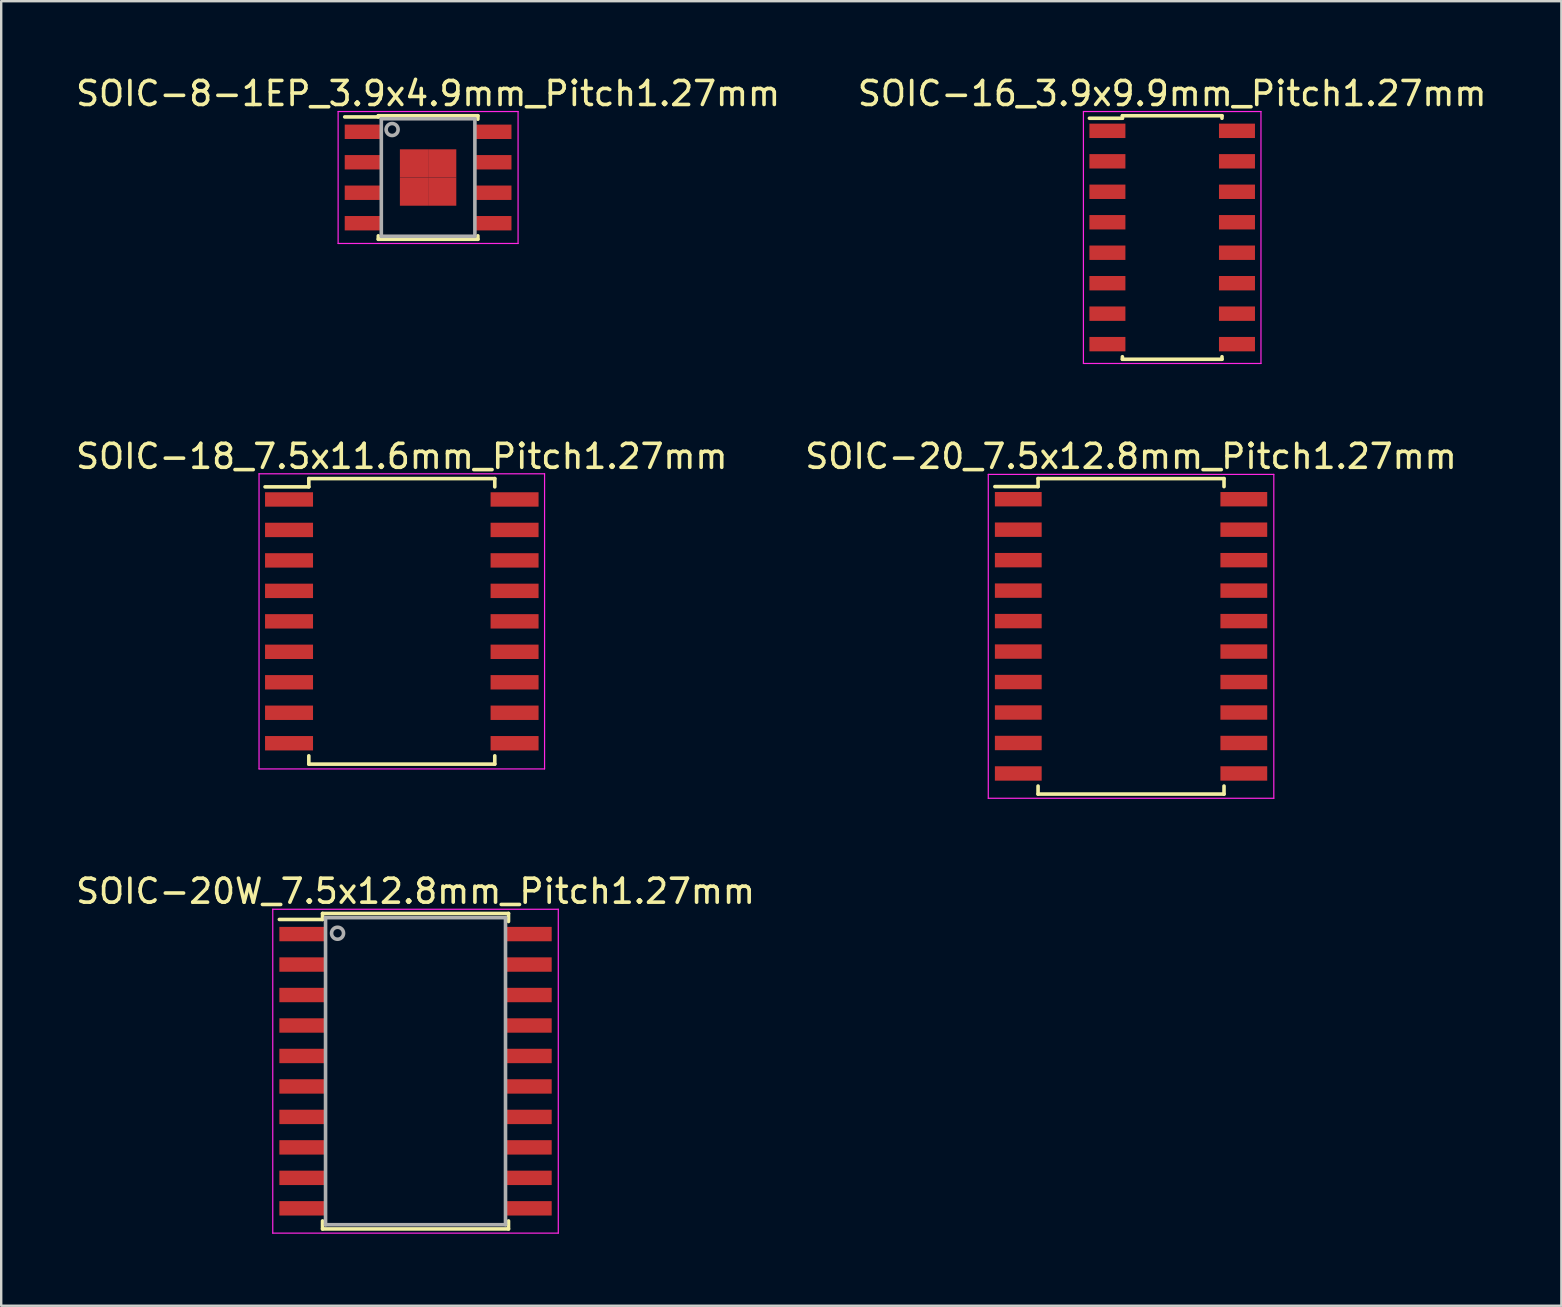
<source format=kicad_pcb>
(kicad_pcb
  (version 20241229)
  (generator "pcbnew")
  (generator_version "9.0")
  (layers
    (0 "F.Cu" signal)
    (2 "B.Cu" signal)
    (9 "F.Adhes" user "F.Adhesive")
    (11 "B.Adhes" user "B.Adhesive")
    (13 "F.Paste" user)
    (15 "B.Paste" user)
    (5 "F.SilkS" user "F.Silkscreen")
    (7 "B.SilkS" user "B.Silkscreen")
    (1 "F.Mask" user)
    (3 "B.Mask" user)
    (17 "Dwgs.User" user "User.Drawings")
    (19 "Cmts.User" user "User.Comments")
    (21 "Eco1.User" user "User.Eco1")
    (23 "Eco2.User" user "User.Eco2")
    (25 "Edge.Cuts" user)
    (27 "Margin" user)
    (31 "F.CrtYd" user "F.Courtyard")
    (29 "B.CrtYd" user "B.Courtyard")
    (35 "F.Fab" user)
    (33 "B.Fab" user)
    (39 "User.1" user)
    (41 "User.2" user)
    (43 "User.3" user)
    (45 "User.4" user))
  (footprint "SOIC-8-1EP_3.9x4.9mm_Pitch1.27mm"
    (layer "F.Cu")
    (at 14.792 4.348)
    (property "Reference" "SOIC-8-1EP_3.9x4.9mm_Pitch1.27mm" (at 0 -3.5 0) (layer "F.SilkS") (effects (font (size 1 1) (thickness 0.15))))
    (attr smd)
    (fp_line (start -2.075 -2.575) (end -2.075 -2.525) (stroke (width 0.15) (type solid)) (layer "F.SilkS"))
    (fp_line (start -2.075 -2.575) (end 2.075 -2.575) (stroke (width 0.15) (type solid)) (layer "F.SilkS"))
    (fp_line (start -2.075 -2.525) (end -3.475 -2.525) (stroke (width 0.15) (type solid)) (layer "F.SilkS"))
    (fp_line (start -2.075 2.575) (end -2.075 2.43) (stroke (width 0.15) (type solid)) (layer "F.SilkS"))
    (fp_line (start -2.075 2.575) (end 2.075 2.575) (stroke (width 0.15) (type solid)) (layer "F.SilkS"))
    (fp_line (start 2.075 -2.575) (end 2.075 -2.43) (stroke (width 0.15) (type solid)) (layer "F.SilkS"))
    (fp_line (start 2.075 2.575) (end 2.075 2.43) (stroke (width 0.15) (type solid)) (layer "F.SilkS"))
    (fp_line (start -3.75 -2.75) (end -3.75 2.75) (stroke (width 0.05) (type solid)) (layer "F.CrtYd"))
    (fp_line (start -3.75 -2.75) (end 3.75 -2.75) (stroke (width 0.05) (type solid)) (layer "F.CrtYd"))
    (fp_line (start -3.75 2.75) (end 3.75 2.75) (stroke (width 0.05) (type solid)) (layer "F.CrtYd"))
    (fp_line (start 3.75 -2.75) (end 3.75 2.75) (stroke (width 0.05) (type solid)) (layer "F.CrtYd"))
    (fp_line (start -1.95 -2.45) (end 1.95 -2.45) (stroke (width 0.15) (type solid)) (layer "F.Fab"))
    (fp_line (start -1.95 2.45) (end -1.95 -2.45) (stroke (width 0.15) (type solid)) (layer "F.Fab"))
    (fp_line (start 1.95 -2.45) (end 1.95 2.45) (stroke (width 0.15) (type solid)) (layer "F.Fab"))
    (fp_line (start 1.95 2.45) (end -1.95 2.45) (stroke (width 0.15) (type solid)) (layer "F.Fab"))
    (fp_circle (center -1.5 -2) (end -1.75 -2) (stroke (width 0.15) (type solid)) (fill no) (layer "F.Fab"))
    (pad "1" smd rect (at -2.7 -1.905) (size 1.55 0.6) (layers "F.Cu" "F.Mask" "F.Paste"))
    (pad "2" smd rect (at -2.7 -0.635) (size 1.55 0.6) (layers "F.Cu" "F.Mask" "F.Paste"))
    (pad "3" smd rect (at -2.7 0.635) (size 1.55 0.6) (layers "F.Cu" "F.Mask" "F.Paste"))
    (pad "4" smd rect (at -2.7 1.905) (size 1.55 0.6) (layers "F.Cu" "F.Mask" "F.Paste"))
    (pad "5" smd rect (at 2.7 1.905) (size 1.55 0.6) (layers "F.Cu" "F.Mask" "F.Paste"))
    (pad "6" smd rect (at 2.7 0.635) (size 1.55 0.6) (layers "F.Cu" "F.Mask" "F.Paste"))
    (pad "7" smd rect (at 2.7 -0.635) (size 1.55 0.6) (layers "F.Cu" "F.Mask" "F.Paste"))
    (pad "8" smd rect (at 2.7 -1.905) (size 1.55 0.6) (layers "F.Cu" "F.Mask" "F.Paste"))
    (pad "9" smd rect (at -0.588 -0.588) (size 1.175 1.175) (layers "F.Cu" "F.Mask" "F.Paste"))
    (pad "9" smd rect (at -0.588 0.588) (size 1.175 1.175) (layers "F.Cu" "F.Mask" "F.Paste"))
    (pad "9" smd rect (at 0.588 -0.588) (size 1.175 1.175) (layers "F.Cu" "F.Mask" "F.Paste"))
    (pad "9" smd rect (at 0.588 0.588) (size 1.175 1.175) (layers "F.Cu" "F.Mask" "F.Paste")))
  (footprint "SOIC-16_3.9x9.9mm_Pitch1.27mm"
    (layer "F.Cu")
    (at 45.804 6.848)
    (property "Reference" "SOIC-16_3.9x9.9mm_Pitch1.27mm" (at 0 -6 0) (layer "F.SilkS") (effects (font (size 1 1) (thickness 0.15))))
    (attr smd)
    (fp_line (start -2.075 -5.075) (end -2.075 -4.97) (stroke (width 0.15) (type solid)) (layer "F.SilkS"))
    (fp_line (start -2.075 -5.075) (end 2.075 -5.075) (stroke (width 0.15) (type solid)) (layer "F.SilkS"))
    (fp_line (start -2.075 -4.97) (end -3.45 -4.97) (stroke (width 0.15) (type solid)) (layer "F.SilkS"))
    (fp_line (start -2.075 5.075) (end -2.075 4.97) (stroke (width 0.15) (type solid)) (layer "F.SilkS"))
    (fp_line (start -2.075 5.075) (end 2.075 5.075) (stroke (width 0.15) (type solid)) (layer "F.SilkS"))
    (fp_line (start 2.075 -5.075) (end 2.075 -4.97) (stroke (width 0.15) (type solid)) (layer "F.SilkS"))
    (fp_line (start 2.075 5.075) (end 2.075 4.97) (stroke (width 0.15) (type solid)) (layer "F.SilkS"))
    (fp_line (start -3.7 -5.25) (end -3.7 5.25) (stroke (width 0.05) (type solid)) (layer "F.CrtYd"))
    (fp_line (start -3.7 -5.25) (end 3.7 -5.25) (stroke (width 0.05) (type solid)) (layer "F.CrtYd"))
    (fp_line (start -3.7 5.25) (end 3.7 5.25) (stroke (width 0.05) (type solid)) (layer "F.CrtYd"))
    (fp_line (start 3.7 -5.25) (end 3.7 5.25) (stroke (width 0.05) (type solid)) (layer "F.CrtYd"))
    (pad "1" smd rect (at -2.7 -4.445) (size 1.5 0.6) (layers "F.Cu" "F.Mask" "F.Paste"))
    (pad "2" smd rect (at -2.7 -3.175) (size 1.5 0.6) (layers "F.Cu" "F.Mask" "F.Paste"))
    (pad "3" smd rect (at -2.7 -1.905) (size 1.5 0.6) (layers "F.Cu" "F.Mask" "F.Paste"))
    (pad "4" smd rect (at -2.7 -0.635) (size 1.5 0.6) (layers "F.Cu" "F.Mask" "F.Paste"))
    (pad "5" smd rect (at -2.7 0.635) (size 1.5 0.6) (layers "F.Cu" "F.Mask" "F.Paste"))
    (pad "6" smd rect (at -2.7 1.905) (size 1.5 0.6) (layers "F.Cu" "F.Mask" "F.Paste"))
    (pad "7" smd rect (at -2.7 3.175) (size 1.5 0.6) (layers "F.Cu" "F.Mask" "F.Paste"))
    (pad "8" smd rect (at -2.7 4.445) (size 1.5 0.6) (layers "F.Cu" "F.Mask" "F.Paste"))
    (pad "9" smd rect (at 2.7 4.445) (size 1.5 0.6) (layers "F.Cu" "F.Mask" "F.Paste"))
    (pad "10" smd rect (at 2.7 3.175) (size 1.5 0.6) (layers "F.Cu" "F.Mask" "F.Paste"))
    (pad "11" smd rect (at 2.7 1.905) (size 1.5 0.6) (layers "F.Cu" "F.Mask" "F.Paste"))
    (pad "12" smd rect (at 2.7 0.635) (size 1.5 0.6) (layers "F.Cu" "F.Mask" "F.Paste"))
    (pad "13" smd rect (at 2.7 -0.635) (size 1.5 0.6) (layers "F.Cu" "F.Mask" "F.Paste"))
    (pad "14" smd rect (at 2.7 -1.905) (size 1.5 0.6) (layers "F.Cu" "F.Mask" "F.Paste"))
    (pad "15" smd rect (at 2.7 -3.175) (size 1.5 0.6) (layers "F.Cu" "F.Mask" "F.Paste"))
    (pad "16" smd rect (at 2.7 -4.445) (size 1.5 0.6) (layers "F.Cu" "F.Mask" "F.Paste")))
  (footprint "SOIC-20W_7.5x12.8mm_Pitch1.27mm"
    (layer "F.Cu")
    (at 14.268 41.595)
    (property "Reference" "SOIC-20W_7.5x12.8mm_Pitch1.27mm" (at 0 -7.5 0) (layer "F.SilkS") (effects (font (size 1 1) (thickness 0.15))))
    (attr smd)
    (fp_line (start -3.875 -6.575) (end -3.875 -6.325) (stroke (width 0.15) (type solid)) (layer "F.SilkS"))
    (fp_line (start -3.875 -6.575) (end 3.875 -6.575) (stroke (width 0.15) (type solid)) (layer "F.SilkS"))
    (fp_line (start -3.875 -6.325) (end -5.675 -6.325) (stroke (width 0.15) (type solid)) (layer "F.SilkS"))
    (fp_line (start -3.875 6.575) (end -3.875 6.24) (stroke (width 0.15) (type solid)) (layer "F.SilkS"))
    (fp_line (start -3.875 6.575) (end 3.875 6.575) (stroke (width 0.15) (type solid)) (layer "F.SilkS"))
    (fp_line (start 3.875 -6.575) (end 3.875 -6.24) (stroke (width 0.15) (type solid)) (layer "F.SilkS"))
    (fp_line (start 3.875 6.575) (end 3.875 6.24) (stroke (width 0.15) (type solid)) (layer "F.SilkS"))
    (fp_line (start -5.95 -6.75) (end -5.95 6.75) (stroke (width 0.05) (type solid)) (layer "F.CrtYd"))
    (fp_line (start -5.95 -6.75) (end 5.95 -6.75) (stroke (width 0.05) (type solid)) (layer "F.CrtYd"))
    (fp_line (start -5.95 6.75) (end 5.95 6.75) (stroke (width 0.05) (type solid)) (layer "F.CrtYd"))
    (fp_line (start 5.95 -6.75) (end 5.95 6.75) (stroke (width 0.05) (type solid)) (layer "F.CrtYd"))
    (fp_line (start -3.75 -6.4) (end -3.75 6.4) (stroke (width 0.15) (type solid)) (layer "F.Fab"))
    (fp_line (start -3.75 6.4) (end 3.75 6.4) (stroke (width 0.15) (type solid)) (layer "F.Fab"))
    (fp_line (start 3.75 -6.4) (end -3.75 -6.4) (stroke (width 0.15) (type solid)) (layer "F.Fab"))
    (fp_line (start 3.75 6.4) (end 3.75 -6.4) (stroke (width 0.15) (type solid)) (layer "F.Fab"))
    (fp_circle (center -3.25 -5.75) (end -3.5 -5.75) (stroke (width 0.15) (type solid)) (fill no) (layer "F.Fab"))
    (pad "1" smd rect (at -4.7 -5.715) (size 1.95 0.6) (layers "F.Cu" "F.Mask" "F.Paste"))
    (pad "2" smd rect (at -4.7 -4.445) (size 1.95 0.6) (layers "F.Cu" "F.Mask" "F.Paste"))
    (pad "3" smd rect (at -4.7 -3.175) (size 1.95 0.6) (layers "F.Cu" "F.Mask" "F.Paste"))
    (pad "4" smd rect (at -4.7 -1.905) (size 1.95 0.6) (layers "F.Cu" "F.Mask" "F.Paste"))
    (pad "5" smd rect (at -4.7 -0.635) (size 1.95 0.6) (layers "F.Cu" "F.Mask" "F.Paste"))
    (pad "6" smd rect (at -4.7 0.635) (size 1.95 0.6) (layers "F.Cu" "F.Mask" "F.Paste"))
    (pad "7" smd rect (at -4.7 1.905) (size 1.95 0.6) (layers "F.Cu" "F.Mask" "F.Paste"))
    (pad "8" smd rect (at -4.7 3.175) (size 1.95 0.6) (layers "F.Cu" "F.Mask" "F.Paste"))
    (pad "9" smd rect (at -4.7 4.445) (size 1.95 0.6) (layers "F.Cu" "F.Mask" "F.Paste"))
    (pad "10" smd rect (at -4.7 5.715) (size 1.95 0.6) (layers "F.Cu" "F.Mask" "F.Paste"))
    (pad "11" smd rect (at 4.7 5.715) (size 1.95 0.6) (layers "F.Cu" "F.Mask" "F.Paste"))
    (pad "12" smd rect (at 4.7 4.445) (size 1.95 0.6) (layers "F.Cu" "F.Mask" "F.Paste"))
    (pad "13" smd rect (at 4.7 3.175) (size 1.95 0.6) (layers "F.Cu" "F.Mask" "F.Paste"))
    (pad "14" smd rect (at 4.7 1.905) (size 1.95 0.6) (layers "F.Cu" "F.Mask" "F.Paste"))
    (pad "15" smd rect (at 4.7 0.635) (size 1.95 0.6) (layers "F.Cu" "F.Mask" "F.Paste"))
    (pad "16" smd rect (at 4.7 -0.635) (size 1.95 0.6) (layers "F.Cu" "F.Mask" "F.Paste"))
    (pad "17" smd rect (at 4.7 -1.905) (size 1.95 0.6) (layers "F.Cu" "F.Mask" "F.Paste"))
    (pad "18" smd rect (at 4.7 -3.175) (size 1.95 0.6) (layers "F.Cu" "F.Mask" "F.Paste"))
    (pad "19" smd rect (at 4.7 -4.445) (size 1.95 0.6) (layers "F.Cu" "F.Mask" "F.Paste"))
    (pad "20" smd rect (at 4.7 -5.715) (size 1.95 0.6) (layers "F.Cu" "F.Mask" "F.Paste")))
  (footprint "SOIC-18_7.5x11.6mm_Pitch1.27mm"
    (layer "F.Cu")
    (at 13.696 22.846)
    (property "Reference" "SOIC-18_7.5x11.6mm_Pitch1.27mm" (at 0 -6.875 0) (layer "F.SilkS") (effects (font (size 1 1) (thickness 0.15))))
    (attr smd)
    (fp_line (start -3.875 -5.95) (end -3.875 -5.605) (stroke (width 0.15) (type solid)) (layer "F.SilkS"))
    (fp_line (start -3.875 -5.95) (end 3.875 -5.95) (stroke (width 0.15) (type solid)) (layer "F.SilkS"))
    (fp_line (start -3.875 -5.605) (end -5.7 -5.605) (stroke (width 0.15) (type solid)) (layer "F.SilkS"))
    (fp_line (start -3.875 5.95) (end -3.875 5.605) (stroke (width 0.15) (type solid)) (layer "F.SilkS"))
    (fp_line (start -3.875 5.95) (end 3.875 5.95) (stroke (width 0.15) (type solid)) (layer "F.SilkS"))
    (fp_line (start 3.875 -5.95) (end 3.875 -5.605) (stroke (width 0.15) (type solid)) (layer "F.SilkS"))
    (fp_line (start 3.875 5.95) (end 3.875 5.605) (stroke (width 0.15) (type solid)) (layer "F.SilkS"))
    (fp_line (start -5.95 -6.15) (end -5.95 6.15) (stroke (width 0.05) (type solid)) (layer "F.CrtYd"))
    (fp_line (start -5.95 -6.15) (end 5.95 -6.15) (stroke (width 0.05) (type solid)) (layer "F.CrtYd"))
    (fp_line (start -5.95 6.15) (end 5.95 6.15) (stroke (width 0.05) (type solid)) (layer "F.CrtYd"))
    (fp_line (start 5.95 -6.15) (end 5.95 6.15) (stroke (width 0.05) (type solid)) (layer "F.CrtYd"))
    (pad "1" smd rect (at -4.7 -5.08) (size 2 0.6) (layers "F.Cu" "F.Mask" "F.Paste"))
    (pad "2" smd rect (at -4.7 -3.81) (size 2 0.6) (layers "F.Cu" "F.Mask" "F.Paste"))
    (pad "3" smd rect (at -4.7 -2.54) (size 2 0.6) (layers "F.Cu" "F.Mask" "F.Paste"))
    (pad "4" smd rect (at -4.7 -1.27) (size 2 0.6) (layers "F.Cu" "F.Mask" "F.Paste"))
    (pad "5" smd rect (at -4.7 0) (size 2 0.6) (layers "F.Cu" "F.Mask" "F.Paste"))
    (pad "6" smd rect (at -4.7 1.27) (size 2 0.6) (layers "F.Cu" "F.Mask" "F.Paste"))
    (pad "7" smd rect (at -4.7 2.54) (size 2 0.6) (layers "F.Cu" "F.Mask" "F.Paste"))
    (pad "8" smd rect (at -4.7 3.81) (size 2 0.6) (layers "F.Cu" "F.Mask" "F.Paste"))
    (pad "9" smd rect (at -4.7 5.08) (size 2 0.6) (layers "F.Cu" "F.Mask" "F.Paste"))
    (pad "10" smd rect (at 4.7 5.08) (size 2 0.6) (layers "F.Cu" "F.Mask" "F.Paste"))
    (pad "11" smd rect (at 4.7 3.81) (size 2 0.6) (layers "F.Cu" "F.Mask" "F.Paste"))
    (pad "12" smd rect (at 4.7 2.54) (size 2 0.6) (layers "F.Cu" "F.Mask" "F.Paste"))
    (pad "13" smd rect (at 4.7 1.27) (size 2 0.6) (layers "F.Cu" "F.Mask" "F.Paste"))
    (pad "14" smd rect (at 4.7 0) (size 2 0.6) (layers "F.Cu" "F.Mask" "F.Paste"))
    (pad "15" smd rect (at 4.7 -1.27) (size 2 0.6) (layers "F.Cu" "F.Mask" "F.Paste"))
    (pad "16" smd rect (at 4.7 -2.54) (size 2 0.6) (layers "F.Cu" "F.Mask" "F.Paste"))
    (pad "17" smd rect (at 4.7 -3.81) (size 2 0.6) (layers "F.Cu" "F.Mask" "F.Paste"))
    (pad "18" smd rect (at 4.7 -5.08) (size 2 0.6) (layers "F.Cu" "F.Mask" "F.Paste")))
  (footprint "SOIC-20_7.5x12.8mm_Pitch1.27mm"
    (layer "F.Cu")
    (at 44.089 23.471)
    (property "Reference" "SOIC-20_7.5x12.8mm_Pitch1.27mm" (at 0 -7.5 0) (layer "F.SilkS") (effects (font (size 1 1) (thickness 0.15))))
    (attr smd)
    (fp_line (start -3.875 -6.575) (end -3.875 -6.24) (stroke (width 0.15) (type solid)) (layer "F.SilkS"))
    (fp_line (start -3.875 -6.575) (end 3.875 -6.575) (stroke (width 0.15) (type solid)) (layer "F.SilkS"))
    (fp_line (start -3.875 -6.24) (end -5.675 -6.24) (stroke (width 0.15) (type solid)) (layer "F.SilkS"))
    (fp_line (start -3.875 6.575) (end -3.875 6.24) (stroke (width 0.15) (type solid)) (layer "F.SilkS"))
    (fp_line (start -3.875 6.575) (end 3.875 6.575) (stroke (width 0.15) (type solid)) (layer "F.SilkS"))
    (fp_line (start 3.875 -6.575) (end 3.875 -6.24) (stroke (width 0.15) (type solid)) (layer "F.SilkS"))
    (fp_line (start 3.875 6.575) (end 3.875 6.24) (stroke (width 0.15) (type solid)) (layer "F.SilkS"))
    (fp_line (start -5.95 -6.75) (end -5.95 6.75) (stroke (width 0.05) (type solid)) (layer "F.CrtYd"))
    (fp_line (start -5.95 -6.75) (end 5.95 -6.75) (stroke (width 0.05) (type solid)) (layer "F.CrtYd"))
    (fp_line (start -5.95 6.75) (end 5.95 6.75) (stroke (width 0.05) (type solid)) (layer "F.CrtYd"))
    (fp_line (start 5.95 -6.75) (end 5.95 6.75) (stroke (width 0.05) (type solid)) (layer "F.CrtYd"))
    (pad "1" smd rect (at -4.7 -5.715) (size 1.95 0.6) (layers "F.Cu" "F.Mask" "F.Paste"))
    (pad "2" smd rect (at -4.7 -4.445) (size 1.95 0.6) (layers "F.Cu" "F.Mask" "F.Paste"))
    (pad "3" smd rect (at -4.7 -3.175) (size 1.95 0.6) (layers "F.Cu" "F.Mask" "F.Paste"))
    (pad "4" smd rect (at -4.7 -1.905) (size 1.95 0.6) (layers "F.Cu" "F.Mask" "F.Paste"))
    (pad "5" smd rect (at -4.7 -0.635) (size 1.95 0.6) (layers "F.Cu" "F.Mask" "F.Paste"))
    (pad "6" smd rect (at -4.7 0.635) (size 1.95 0.6) (layers "F.Cu" "F.Mask" "F.Paste"))
    (pad "7" smd rect (at -4.7 1.905) (size 1.95 0.6) (layers "F.Cu" "F.Mask" "F.Paste"))
    (pad "8" smd rect (at -4.7 3.175) (size 1.95 0.6) (layers "F.Cu" "F.Mask" "F.Paste"))
    (pad "9" smd rect (at -4.7 4.445) (size 1.95 0.6) (layers "F.Cu" "F.Mask" "F.Paste"))
    (pad "10" smd rect (at -4.7 5.715) (size 1.95 0.6) (layers "F.Cu" "F.Mask" "F.Paste"))
    (pad "11" smd rect (at 4.7 5.715) (size 1.95 0.6) (layers "F.Cu" "F.Mask" "F.Paste"))
    (pad "12" smd rect (at 4.7 4.445) (size 1.95 0.6) (layers "F.Cu" "F.Mask" "F.Paste"))
    (pad "13" smd rect (at 4.7 3.175) (size 1.95 0.6) (layers "F.Cu" "F.Mask" "F.Paste"))
    (pad "14" smd rect (at 4.7 1.905) (size 1.95 0.6) (layers "F.Cu" "F.Mask" "F.Paste"))
    (pad "15" smd rect (at 4.7 0.635) (size 1.95 0.6) (layers "F.Cu" "F.Mask" "F.Paste"))
    (pad "16" smd rect (at 4.7 -0.635) (size 1.95 0.6) (layers "F.Cu" "F.Mask" "F.Paste"))
    (pad "17" smd rect (at 4.7 -1.905) (size 1.95 0.6) (layers "F.Cu" "F.Mask" "F.Paste"))
    (pad "18" smd rect (at 4.7 -3.175) (size 1.95 0.6) (layers "F.Cu" "F.Mask" "F.Paste"))
    (pad "19" smd rect (at 4.7 -4.445) (size 1.95 0.6) (layers "F.Cu" "F.Mask" "F.Paste"))
    (pad "20" smd rect (at 4.7 -5.715) (size 1.95 0.6) (layers "F.Cu" "F.Mask" "F.Paste")))
  (gr_rect
    (start -3 -3)
    (end 62.024 51.37)
    (stroke (width 0.1) (type default))
    (fill no)
    (layer "Edge.Cuts")))
</source>
